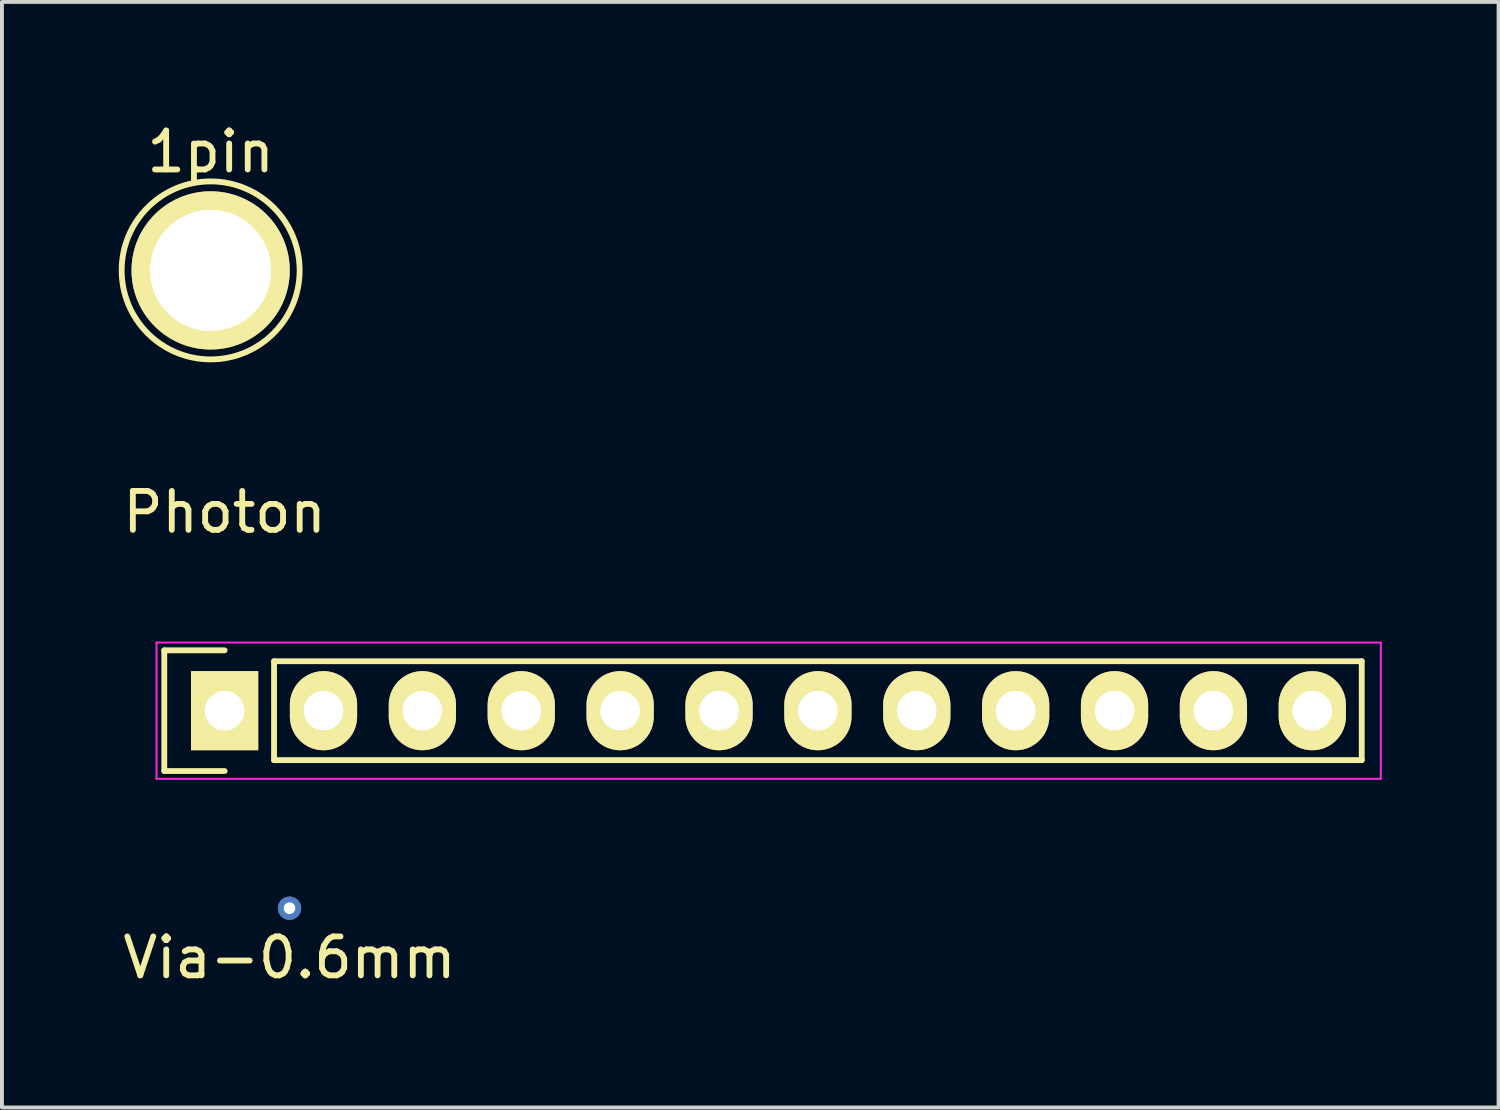
<source format=kicad_pcb>
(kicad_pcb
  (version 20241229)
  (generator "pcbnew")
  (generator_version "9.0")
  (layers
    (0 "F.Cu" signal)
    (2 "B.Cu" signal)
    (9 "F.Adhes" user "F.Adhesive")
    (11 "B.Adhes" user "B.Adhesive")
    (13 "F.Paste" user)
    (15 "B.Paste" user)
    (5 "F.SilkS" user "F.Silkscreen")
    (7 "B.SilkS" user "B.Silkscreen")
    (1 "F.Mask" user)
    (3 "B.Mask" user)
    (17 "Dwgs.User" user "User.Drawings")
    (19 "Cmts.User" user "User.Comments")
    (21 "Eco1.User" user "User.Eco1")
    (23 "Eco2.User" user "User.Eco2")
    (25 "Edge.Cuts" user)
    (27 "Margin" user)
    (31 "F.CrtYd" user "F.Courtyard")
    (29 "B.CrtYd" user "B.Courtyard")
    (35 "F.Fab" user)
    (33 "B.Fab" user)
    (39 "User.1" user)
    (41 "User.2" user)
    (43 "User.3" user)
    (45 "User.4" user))
  (footprint "Via-0.6mm"
    (layer "F.Cu")
    (at 4.387 20.28)
    (property "Reference" "Via-0.6mm" (at 0 1.27 0) (layer "F.SilkS") (effects (font (size 1 1) (thickness 0.15))))
    (attr through_hole)
    (pad "1" thru_hole circle (at 0 0) (size 0.6 0.6) (drill 0.3) (layers "*.Cu")))
  (footprint "Photon"
    (layer "F.Cu")
    (at 2.72 15.206)
    (property "Reference" "Photon" (at 0 -5.1 0) (layer "F.SilkS") (effects (font (size 1 1) (thickness 0.15))))
    (attr through_hole)
    (fp_line (start -1.55 -1.55) (end -1.55 1.55) (stroke (width 0.15) (type solid)) (layer "F.SilkS"))
    (fp_line (start -1.55 1.55) (end 0 1.55) (stroke (width 0.15) (type solid)) (layer "F.SilkS"))
    (fp_line (start 0 -1.55) (end -1.55 -1.55) (stroke (width 0.15) (type solid)) (layer "F.SilkS"))
    (fp_line (start 1.27 1.27) (end 1.27 -1.27) (stroke (width 0.15) (type solid)) (layer "F.SilkS"))
    (fp_line (start 1.27 1.27) (end 29.21 1.27) (stroke (width 0.15) (type solid)) (layer "F.SilkS"))
    (fp_line (start 29.21 -1.27) (end 1.27 -1.27) (stroke (width 0.15) (type solid)) (layer "F.SilkS"))
    (fp_line (start 29.21 1.27) (end 29.21 -1.27) (stroke (width 0.15) (type solid)) (layer "F.SilkS"))
    (fp_line (start -1.75 -1.75) (end -1.75 1.75) (stroke (width 0.05) (type solid)) (layer "F.CrtYd"))
    (fp_line (start -1.75 -1.75) (end 29.7 -1.75) (stroke (width 0.05) (type solid)) (layer "F.CrtYd"))
    (fp_line (start -1.75 1.75) (end 29.7 1.75) (stroke (width 0.05) (type solid)) (layer "F.CrtYd"))
    (fp_line (start 29.7 -1.75) (end 29.7 1.75) (stroke (width 0.05) (type solid)) (layer "F.CrtYd"))
    (pad "1" thru_hole rect (at 0 0) (size 1.727 2.032) (drill 1.016) (layers "*.Cu" "*.Mask" "F.SilkS"))
    (pad "2" thru_hole oval (at 2.54 0) (size 1.727 2.032) (drill 1.016) (layers "*.Cu" "*.Mask" "F.SilkS"))
    (pad "3" thru_hole oval (at 5.08 0) (size 1.727 2.032) (drill 1.016) (layers "*.Cu" "*.Mask" "F.SilkS"))
    (pad "4" thru_hole oval (at 7.62 0) (size 1.727 2.032) (drill 1.016) (layers "*.Cu" "*.Mask" "F.SilkS"))
    (pad "5" thru_hole oval (at 10.16 0) (size 1.727 2.032) (drill 1.016) (layers "*.Cu" "*.Mask" "F.SilkS"))
    (pad "6" thru_hole oval (at 12.7 0) (size 1.727 2.032) (drill 1.016) (layers "*.Cu" "*.Mask" "F.SilkS"))
    (pad "7" thru_hole oval (at 15.24 0) (size 1.727 2.032) (drill 1.016) (layers "*.Cu" "*.Mask" "F.SilkS"))
    (pad "8" thru_hole oval (at 17.78 0) (size 1.727 2.032) (drill 1.016) (layers "*.Cu" "*.Mask" "F.SilkS"))
    (pad "9" thru_hole oval (at 20.32 0) (size 1.727 2.032) (drill 1.016) (layers "*.Cu" "*.Mask" "F.SilkS"))
    (pad "10" thru_hole oval (at 22.86 0) (size 1.727 2.032) (drill 1.016) (layers "*.Cu" "*.Mask" "F.SilkS"))
    (pad "11" thru_hole oval (at 25.4 0) (size 1.727 2.032) (drill 1.016) (layers "*.Cu" "*.Mask" "F.SilkS"))
    (pad "12" thru_hole oval (at 27.94 0) (size 1.727 2.032) (drill 1.016) (layers "*.Cu" "*.Mask" "F.SilkS")))
  (footprint "1pin"
    (layer "F.Cu")
    (at 2.361 3.896)
    (property "Reference" "1pin" (at 0 -3.048 0) (layer "F.SilkS") (effects (font (size 1 1) (thickness 0.15))))
    (attr through_hole)
    (fp_circle (center 0 0) (end 0 -2.286) (stroke (width 0.15) (type solid)) (fill no) (layer "F.SilkS"))
    (pad "1" thru_hole circle (at 0 0) (size 4.064 4.064) (drill 3.11) (layers "*.Cu" "*.Mask" "F.SilkS")))
  (gr_rect
    (start -3 -3)
    (end 35.445 25.399)
    (stroke (width 0.1) (type default))
    (fill no)
    (layer "Edge.Cuts")))
</source>
